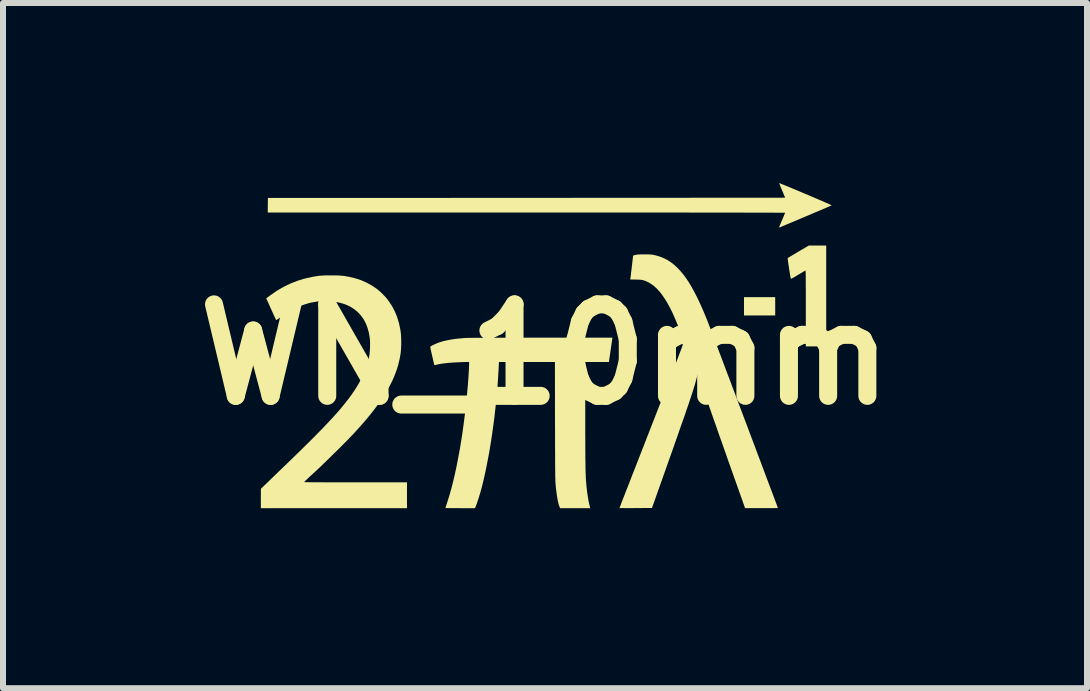
<source format=kicad_pcb>
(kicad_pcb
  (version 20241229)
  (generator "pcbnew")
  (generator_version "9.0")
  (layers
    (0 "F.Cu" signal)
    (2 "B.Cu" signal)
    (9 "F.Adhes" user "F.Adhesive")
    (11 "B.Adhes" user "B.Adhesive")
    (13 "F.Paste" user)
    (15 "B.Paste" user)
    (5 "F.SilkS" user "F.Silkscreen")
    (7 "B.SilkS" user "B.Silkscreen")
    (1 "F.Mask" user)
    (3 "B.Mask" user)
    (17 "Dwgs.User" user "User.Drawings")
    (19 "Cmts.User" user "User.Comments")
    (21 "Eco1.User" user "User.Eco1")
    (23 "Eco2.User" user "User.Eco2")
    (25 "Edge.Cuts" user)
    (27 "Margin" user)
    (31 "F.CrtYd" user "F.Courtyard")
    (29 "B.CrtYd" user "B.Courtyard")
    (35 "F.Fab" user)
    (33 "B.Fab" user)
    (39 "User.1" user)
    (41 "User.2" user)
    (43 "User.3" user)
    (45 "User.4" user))
  (footprint "WN_10mm"
    (layer "F.Cu")
    (at 6.031 2.856)
    (property "Reference" "WN_10mm" (at 0 0 0) (layer "F.SilkS") (effects (font (size 1.524 1.524) (thickness 0.3))))
    (attr board_only exclude_from_pos_files exclude_from_bom)
    (fp_poly (pts (xy 3.835 -0.65) (xy 3.315 -0.65) (xy 3.315 -0.955) (xy 3.835 -0.955)) (stroke (width 0) (type solid)) (fill yes) (layer "F.SilkS"))
    (fp_poly (pts (xy 4.685 -0.135) (xy 4.345 -0.135) (xy 4.345 -0.768) (xy 4.345 -0.864) (xy 4.345 -0.95) (xy 4.345 -1.027) (xy 4.345 -1.096) (xy 4.344 -1.156) (xy 4.344 -1.208) (xy 4.344 -1.253) (xy 4.344 -1.291) (xy 4.343 -1.323) (xy 4.343 -1.348) (xy 4.342 -1.368) (xy 4.341 -1.382) (xy 4.341 -1.392) (xy 4.34 -1.397) (xy 4.339 -1.399) (xy 4.339 -1.399) (xy 4.333 -1.396) (xy 4.32 -1.388) (xy 4.3 -1.377) (xy 4.276 -1.362) (xy 4.248 -1.345) (xy 4.216 -1.327) (xy 4.215 -1.326) (xy 4.18 -1.305) (xy 4.153 -1.289) (xy 4.132 -1.277) (xy 4.117 -1.269) (xy 4.107 -1.265) (xy 4.1 -1.263) (xy 4.097 -1.263) (xy 4.095 -1.265) (xy 4.094 -1.267) (xy 4.092 -1.277) (xy 4.088 -1.295) (xy 4.084 -1.319) (xy 4.079 -1.349) (xy 4.074 -1.381) (xy 4.068 -1.416) (xy 4.063 -1.452) (xy 4.058 -1.487) (xy 4.053 -1.52) (xy 4.049 -1.549) (xy 4.046 -1.574) (xy 4.044 -1.592) (xy 4.043 -1.603) (xy 4.043 -1.605) (xy 4.048 -1.609) (xy 4.061 -1.617) (xy 4.081 -1.629) (xy 4.106 -1.644) (xy 4.136 -1.662) (xy 4.17 -1.682) (xy 4.207 -1.704) (xy 4.221 -1.713) (xy 4.395 -1.815) (xy 4.685 -1.815)) (stroke (width 0) (type solid)) (fill yes) (layer "F.SilkS"))
    (fp_poly (pts (xy 3.906 -2.854) (xy 3.919 -2.849) (xy 3.94 -2.841) (xy 3.969 -2.829) (xy 4.004 -2.815) (xy 4.045 -2.798) (xy 4.092 -2.779) (xy 4.143 -2.757) (xy 4.199 -2.734) (xy 4.258 -2.709) (xy 4.32 -2.683) (xy 4.341 -2.674) (xy 4.404 -2.648) (xy 4.464 -2.622) (xy 4.52 -2.598) (xy 4.573 -2.575) (xy 4.621 -2.555) (xy 4.664 -2.536) (xy 4.7 -2.52) (xy 4.731 -2.507) (xy 4.754 -2.496) (xy 4.769 -2.489) (xy 4.776 -2.485) (xy 4.776 -2.485) (xy 4.771 -2.483) (xy 4.758 -2.477) (xy 4.737 -2.468) (xy 4.709 -2.455) (xy 4.675 -2.441) (xy 4.636 -2.424) (xy 4.592 -2.405) (xy 4.544 -2.385) (xy 4.494 -2.364) (xy 4.441 -2.341) (xy 4.387 -2.318) (xy 4.332 -2.295) (xy 4.277 -2.272) (xy 4.224 -2.249) (xy 4.172 -2.227) (xy 4.122 -2.206) (xy 4.076 -2.187) (xy 4.034 -2.169) (xy 3.997 -2.154) (xy 3.965 -2.14) (xy 3.94 -2.13) (xy 3.921 -2.122) (xy 3.911 -2.118) (xy 3.91 -2.118) (xy 3.902 -2.117) (xy 3.9 -2.119) (xy 3.902 -2.124) (xy 3.907 -2.138) (xy 3.915 -2.158) (xy 3.926 -2.183) (xy 3.938 -2.213) (xy 3.95 -2.24) (xy 3.964 -2.272) (xy 3.976 -2.301) (xy 3.986 -2.326) (xy 3.994 -2.345) (xy 3.999 -2.357) (xy 4 -2.361) (xy 3.995 -2.361) (xy 3.98 -2.362) (xy 3.956 -2.362) (xy 3.922 -2.362) (xy 3.88 -2.362) (xy 3.828 -2.362) (xy 3.768 -2.363) (xy 3.699 -2.363) (xy 3.623 -2.363) (xy 3.538 -2.363) (xy 3.446 -2.363) (xy 3.346 -2.363) (xy 3.238 -2.364) (xy 3.124 -2.364) (xy 3.003 -2.364) (xy 2.876 -2.364) (xy 2.742 -2.364) (xy 2.602 -2.364) (xy 2.456 -2.364) (xy 2.304 -2.365) (xy 2.147 -2.365) (xy 1.985 -2.365) (xy 1.817 -2.365) (xy 1.645 -2.365) (xy 1.469 -2.365) (xy 1.288 -2.365) (xy 1.103 -2.365) (xy 0.914 -2.365) (xy 0.722 -2.365) (xy 0.526 -2.365) (xy 0.327 -2.365) (xy 0.125 -2.365) (xy -0.079 -2.365) (xy -0.286 -2.365) (xy -4.62 -2.365) (xy -4.619 -2.487) (xy -4.617 -2.608) (xy -0.309 -2.609) (xy -0.101 -2.609) (xy 0.103 -2.609) (xy 0.306 -2.609) (xy 0.505 -2.61) (xy 0.701 -2.61) (xy 0.894 -2.61) (xy 1.083 -2.61) (xy 1.268 -2.61) (xy 1.449 -2.61) (xy 1.627 -2.61) (xy 1.799 -2.61) (xy 1.967 -2.61) (xy 2.13 -2.61) (xy 2.287 -2.61) (xy 2.44 -2.611) (xy 2.586 -2.611) (xy 2.727 -2.611) (xy 2.861 -2.611) (xy 2.99 -2.611) (xy 3.112 -2.611) (xy 3.226 -2.611) (xy 3.334 -2.611) (xy 3.435 -2.611) (xy 3.528 -2.612) (xy 3.614 -2.612) (xy 3.692 -2.612) (xy 3.761 -2.612) (xy 3.822 -2.612) (xy 3.875 -2.612) (xy 3.918 -2.612) (xy 3.953 -2.612) (xy 3.978 -2.613) (xy 3.994 -2.613) (xy 4 -2.613) (xy 4 -2.613) (xy 3.998 -2.618) (xy 3.993 -2.631) (xy 3.985 -2.65) (xy 3.974 -2.676) (xy 3.962 -2.705) (xy 3.95 -2.733) (xy 3.936 -2.766) (xy 3.924 -2.795) (xy 3.914 -2.82) (xy 3.907 -2.839) (xy 3.902 -2.851) (xy 3.901 -2.856)) (stroke (width 0) (type solid)) (fill yes) (layer "F.SilkS"))
    (fp_poly (pts (xy -3.515 -1.318) (xy -3.473 -1.317) (xy -3.438 -1.316) (xy -3.406 -1.314) (xy -3.376 -1.311) (xy -3.347 -1.308) (xy -3.316 -1.303) (xy -3.28 -1.296) (xy -3.27 -1.295) (xy -3.165 -1.27) (xy -3.066 -1.238) (xy -2.973 -1.197) (xy -2.886 -1.149) (xy -2.804 -1.094) (xy -2.73 -1.031) (xy -2.662 -0.961) (xy -2.601 -0.885) (xy -2.547 -0.802) (xy -2.501 -0.714) (xy -2.463 -0.62) (xy -2.433 -0.52) (xy -2.411 -0.415) (xy -2.402 -0.352) (xy -2.399 -0.314) (xy -2.397 -0.269) (xy -2.396 -0.22) (xy -2.396 -0.169) (xy -2.398 -0.118) (xy -2.401 -0.071) (xy -2.405 -0.03) (xy -2.407 -0.01) (xy -2.424 0.08) (xy -2.445 0.169) (xy -2.472 0.258) (xy -2.505 0.346) (xy -2.543 0.435) (xy -2.588 0.524) (xy -2.639 0.615) (xy -2.696 0.708) (xy -2.761 0.803) (xy -2.833 0.901) (xy -2.912 1.002) (xy -2.999 1.107) (xy -3.095 1.216) (xy -3.19 1.32) (xy -3.222 1.354) (xy -3.26 1.394) (xy -3.303 1.438) (xy -3.352 1.487) (xy -3.403 1.539) (xy -3.457 1.592) (xy -3.513 1.647) (xy -3.569 1.702) (xy -3.625 1.757) (xy -3.679 1.809) (xy -3.731 1.86) (xy -3.78 1.906) (xy -3.825 1.948) (xy -3.847 1.968) (xy -3.881 2) (xy -3.913 2.029) (xy -3.942 2.056) (xy -3.967 2.08) (xy -3.988 2.1) (xy -4.003 2.114) (xy -4.012 2.124) (xy -4.015 2.127) (xy -4.01 2.127) (xy -3.996 2.127) (xy -3.972 2.128) (xy -3.94 2.128) (xy -3.901 2.129) (xy -3.853 2.129) (xy -3.799 2.129) (xy -3.739 2.129) (xy -3.672 2.13) (xy -3.6 2.13) (xy -3.523 2.13) (xy -3.442 2.13) (xy -3.357 2.13) (xy -3.269 2.13) (xy -3.178 2.13) (xy -3.158 2.13) (xy -2.3 2.13) (xy -2.3 2.561) (xy -4.735 2.561) (xy -4.735 2.399) (xy -4.734 2.238) (xy -4.618 2.126) (xy -4.594 2.103) (xy -4.564 2.073) (xy -4.528 2.039) (xy -4.489 2.001) (xy -4.446 1.959) (xy -4.4 1.915) (xy -4.354 1.87) (xy -4.306 1.825) (xy -4.26 1.78) (xy -4.247 1.768) (xy -4.14 1.664) (xy -4.041 1.567) (xy -3.948 1.475) (xy -3.861 1.389) (xy -3.781 1.307) (xy -3.706 1.231) (xy -3.637 1.158) (xy -3.573 1.09) (xy -3.513 1.025) (xy -3.458 0.963) (xy -3.407 0.904) (xy -3.36 0.847) (xy -3.316 0.792) (xy -3.274 0.739) (xy -3.236 0.687) (xy -3.226 0.674) (xy -3.161 0.578) (xy -3.103 0.483) (xy -3.052 0.388) (xy -3.009 0.296) (xy -2.974 0.206) (xy -2.948 0.119) (xy -2.937 0.075) (xy -2.926 0.012) (xy -2.919 -0.056) (xy -2.915 -0.125) (xy -2.914 -0.192) (xy -2.918 -0.254) (xy -2.92 -0.273) (xy -2.935 -0.362) (xy -2.958 -0.444) (xy -2.987 -0.52) (xy -3.024 -0.589) (xy -3.069 -0.651) (xy -3.12 -0.706) (xy -3.178 -0.754) (xy -3.242 -0.795) (xy -3.314 -0.829) (xy -3.352 -0.843) (xy -3.436 -0.866) (xy -3.524 -0.881) (xy -3.616 -0.889) (xy -3.71 -0.889) (xy -3.803 -0.881) (xy -3.895 -0.865) (xy -3.925 -0.858) (xy -4.026 -0.827) (xy -4.127 -0.787) (xy -4.226 -0.738) (xy -4.323 -0.681) (xy -4.411 -0.619) (xy -4.433 -0.602) (xy -4.453 -0.589) (xy -4.468 -0.579) (xy -4.477 -0.574) (xy -4.48 -0.574) (xy -4.483 -0.579) (xy -4.49 -0.593) (xy -4.5 -0.615) (xy -4.514 -0.644) (xy -4.53 -0.68) (xy -4.549 -0.722) (xy -4.57 -0.769) (xy -4.594 -0.822) (xy -4.619 -0.878) (xy -4.633 -0.909) (xy -4.645 -0.935) (xy -4.578 -0.985) (xy -4.472 -1.059) (xy -4.361 -1.124) (xy -4.246 -1.18) (xy -4.127 -1.227) (xy -4.006 -1.264) (xy -3.881 -1.292) (xy -3.865 -1.295) (xy -3.826 -1.301) (xy -3.792 -1.307) (xy -3.762 -1.311) (xy -3.732 -1.313) (xy -3.702 -1.315) (xy -3.669 -1.317) (xy -3.63 -1.317) (xy -3.585 -1.318) (xy -3.565 -1.318)) (stroke (width 0) (type solid)) (fill yes) (layer "F.SilkS"))
    (fp_poly (pts (xy 1.097 -0.099) (xy 1.091 -0.056) (xy 1.085 -0.016) (xy 1.08 0.02) (xy 1.075 0.052) (xy 1.071 0.077) (xy 1.069 0.095) (xy 1.067 0.104) (xy 1.064 0.125) (xy 0.67 0.125) (xy 0.67 0.969) (xy 0.67 1.092) (xy 0.67 1.206) (xy 0.67 1.311) (xy 0.671 1.407) (xy 0.671 1.495) (xy 0.671 1.575) (xy 0.672 1.648) (xy 0.672 1.714) (xy 0.673 1.775) (xy 0.674 1.829) (xy 0.674 1.879) (xy 0.675 1.923) (xy 0.676 1.963) (xy 0.678 1.999) (xy 0.679 2.032) (xy 0.68 2.062) (xy 0.682 2.09) (xy 0.684 2.116) (xy 0.685 2.13) (xy 0.692 2.21) (xy 0.701 2.288) (xy 0.712 2.361) (xy 0.723 2.429) (xy 0.735 2.489) (xy 0.742 2.515) (xy 0.753 2.561) (xy 0.251 2.561) (xy 0.241 2.536) (xy 0.229 2.505) (xy 0.219 2.464) (xy 0.208 2.415) (xy 0.199 2.357) (xy 0.19 2.293) (xy 0.181 2.221) (xy 0.177 2.173) (xy 0.176 2.161) (xy 0.175 2.148) (xy 0.174 2.134) (xy 0.173 2.118) (xy 0.172 2.1) (xy 0.172 2.079) (xy 0.171 2.056) (xy 0.17 2.029) (xy 0.17 1.998) (xy 0.17 1.962) (xy 0.169 1.922) (xy 0.169 1.876) (xy 0.168 1.825) (xy 0.168 1.768) (xy 0.168 1.704) (xy 0.168 1.632) (xy 0.167 1.554) (xy 0.167 1.467) (xy 0.167 1.372) (xy 0.167 1.267) (xy 0.166 1.154) (xy 0.166 1.101) (xy 0.165 0.125) (xy -0.768 0.125) (xy -0.774 0.251) (xy -0.782 0.386) (xy -0.791 0.523) (xy -0.803 0.662) (xy -0.816 0.802) (xy -0.832 0.942) (xy -0.848 1.082) (xy -0.867 1.221) (xy -0.886 1.358) (xy -0.907 1.493) (xy -0.929 1.624) (xy -0.953 1.752) (xy -0.977 1.875) (xy -1.002 1.993) (xy -1.027 2.105) (xy -1.053 2.21) (xy -1.08 2.307) (xy -1.107 2.396) (xy -1.134 2.477) (xy -1.15 2.519) (xy -1.166 2.561) (xy -1.413 2.561) (xy -1.462 2.56) (xy -1.507 2.56) (xy -1.548 2.56) (xy -1.585 2.56) (xy -1.615 2.559) (xy -1.638 2.559) (xy -1.653 2.559) (xy -1.66 2.558) (xy -1.66 2.558) (xy -1.658 2.553) (xy -1.654 2.539) (xy -1.648 2.52) (xy -1.64 2.495) (xy -1.63 2.466) (xy -1.628 2.459) (xy -1.596 2.357) (xy -1.564 2.245) (xy -1.533 2.125) (xy -1.503 1.998) (xy -1.474 1.863) (xy -1.447 1.723) (xy -1.42 1.578) (xy -1.395 1.429) (xy -1.372 1.276) (xy -1.351 1.121) (xy -1.331 0.964) (xy -1.313 0.806) (xy -1.298 0.648) (xy -1.284 0.49) (xy -1.273 0.334) (xy -1.27 0.278) (xy -1.268 0.247) (xy -1.267 0.216) (xy -1.266 0.188) (xy -1.265 0.167) (xy -1.265 0.156) (xy -1.265 0.124) (xy -1.376 0.127) (xy -1.469 0.131) (xy -1.553 0.136) (xy -1.629 0.142) (xy -1.697 0.15) (xy -1.756 0.159) (xy -1.805 0.17) (xy -1.805 0.17) (xy -1.823 0.174) (xy -1.837 0.177) (xy -1.843 0.178) (xy -1.844 0.178) (xy -1.845 0.173) (xy -1.849 0.159) (xy -1.854 0.138) (xy -1.86 0.111) (xy -1.868 0.079) (xy -1.876 0.043) (xy -1.88 0.025) (xy -1.89 -0.018) (xy -1.898 -0.052) (xy -1.904 -0.078) (xy -1.907 -0.098) (xy -1.91 -0.112) (xy -1.911 -0.121) (xy -1.911 -0.128) (xy -1.909 -0.131) (xy -1.907 -0.134) (xy -1.906 -0.134) (xy -1.891 -0.144) (xy -1.869 -0.155) (xy -1.842 -0.168) (xy -1.812 -0.182) (xy -1.782 -0.194) (xy -1.754 -0.204) (xy -1.751 -0.205) (xy -1.691 -0.223) (xy -1.622 -0.238) (xy -1.546 -0.252) (xy -1.464 -0.263) (xy -1.377 -0.271) (xy -1.325 -0.275) (xy -1.31 -0.276) (xy -1.286 -0.276) (xy -1.252 -0.277) (xy -1.209 -0.277) (xy -1.156 -0.278) (xy -1.095 -0.278) (xy -1.026 -0.278) (xy -0.948 -0.279) (xy -0.861 -0.279) (xy -0.767 -0.279) (xy -0.666 -0.279) (xy -0.557 -0.28) (xy -0.44 -0.28) (xy -0.317 -0.28) (xy -0.187 -0.28) (xy -0.06 -0.28) (xy 1.123 -0.28)) (stroke (width 0) (type solid)) (fill yes) (layer "F.SilkS"))
    (fp_poly (pts (xy 1.725 -1.667) (xy 1.75 -1.666) (xy 1.77 -1.665) (xy 1.787 -1.663) (xy 1.804 -1.66) (xy 1.821 -1.657) (xy 1.823 -1.656) (xy 1.905 -1.634) (xy 1.98 -1.604) (xy 2.052 -1.566) (xy 2.112 -1.525) (xy 2.163 -1.484) (xy 2.212 -1.437) (xy 2.26 -1.386) (xy 2.308 -1.328) (xy 2.355 -1.264) (xy 2.401 -1.194) (xy 2.447 -1.116) (xy 2.494 -1.03) (xy 2.541 -0.937) (xy 2.589 -0.835) (xy 2.638 -0.724) (xy 2.688 -0.604) (xy 2.707 -0.557) (xy 2.712 -0.544) (xy 2.72 -0.523) (xy 2.731 -0.494) (xy 2.745 -0.457) (xy 2.762 -0.412) (xy 2.782 -0.361) (xy 2.803 -0.303) (xy 2.828 -0.239) (xy 2.854 -0.17) (xy 2.882 -0.095) (xy 2.912 -0.016) (xy 2.944 0.068) (xy 2.977 0.156) (xy 3.011 0.247) (xy 3.047 0.342) (xy 3.084 0.439) (xy 3.121 0.539) (xy 3.16 0.64) (xy 3.198 0.743) (xy 3.237 0.847) (xy 3.277 0.952) (xy 3.316 1.056) (xy 3.356 1.161) (xy 3.395 1.265) (xy 3.433 1.367) (xy 3.472 1.469) (xy 3.509 1.568) (xy 3.545 1.665) (xy 3.581 1.759) (xy 3.615 1.85) (xy 3.648 1.938) (xy 3.679 2.022) (xy 3.709 2.101) (xy 3.737 2.175) (xy 3.763 2.244) (xy 3.787 2.307) (xy 3.808 2.364) (xy 3.827 2.415) (xy 3.843 2.459) (xy 3.857 2.495) (xy 3.867 2.523) (xy 3.875 2.544) (xy 3.879 2.556) (xy 3.88 2.558) (xy 3.875 2.559) (xy 3.861 2.559) (xy 3.839 2.559) (xy 3.81 2.56) (xy 3.774 2.56) (xy 3.733 2.56) (xy 3.687 2.56) (xy 3.637 2.56) (xy 3.606 2.56) (xy 3.333 2.56) (xy 3.038 1.729) (xy 3.007 1.639) (xy 2.976 1.552) (xy 2.946 1.466) (xy 2.916 1.383) (xy 2.888 1.304) (xy 2.862 1.228) (xy 2.837 1.156) (xy 2.813 1.09) (xy 2.792 1.029) (xy 2.773 0.974) (xy 2.756 0.925) (xy 2.741 0.884) (xy 2.73 0.85) (xy 2.721 0.824) (xy 2.715 0.808) (xy 2.714 0.805) (xy 2.699 0.758) (xy 2.683 0.707) (xy 2.667 0.655) (xy 2.651 0.604) (xy 2.636 0.554) (xy 2.622 0.508) (xy 2.61 0.467) (xy 2.601 0.432) (xy 2.595 0.413) (xy 2.587 0.38) (xy 2.58 0.357) (xy 2.575 0.34) (xy 2.571 0.329) (xy 2.568 0.323) (xy 2.564 0.321) (xy 2.56 0.321) (xy 2.556 0.321) (xy 2.551 0.322) (xy 2.547 0.325) (xy 2.543 0.332) (xy 2.539 0.344) (xy 2.534 0.362) (xy 2.527 0.389) (xy 2.527 0.39) (xy 2.52 0.416) (xy 2.513 0.442) (xy 2.505 0.47) (xy 2.497 0.5) (xy 2.487 0.533) (xy 2.476 0.568) (xy 2.464 0.606) (xy 2.451 0.648) (xy 2.436 0.694) (xy 2.419 0.744) (xy 2.401 0.798) (xy 2.381 0.858) (xy 2.358 0.923) (xy 2.334 0.995) (xy 2.307 1.072) (xy 2.277 1.156) (xy 2.245 1.247) (xy 2.211 1.346) (xy 2.173 1.453) (xy 2.133 1.568) (xy 2.089 1.691) (xy 2.049 1.805) (xy 1.782 2.558) (xy 1.511 2.559) (xy 1.46 2.56) (xy 1.412 2.56) (xy 1.368 2.56) (xy 1.329 2.56) (xy 1.296 2.559) (xy 1.27 2.559) (xy 1.252 2.559) (xy 1.242 2.559) (xy 1.24 2.558) (xy 1.242 2.554) (xy 1.247 2.54) (xy 1.256 2.518) (xy 1.268 2.487) (xy 1.282 2.449) (xy 1.3 2.403) (xy 1.321 2.35) (xy 1.344 2.29) (xy 1.37 2.225) (xy 1.398 2.153) (xy 1.428 2.075) (xy 1.46 1.992) (xy 1.495 1.905) (xy 1.531 1.812) (xy 1.568 1.716) (xy 1.607 1.616) (xy 1.648 1.513) (xy 1.689 1.406) (xy 1.732 1.297) (xy 1.757 1.232) (xy 1.8 1.121) (xy 1.843 1.012) (xy 1.884 0.906) (xy 1.925 0.802) (xy 1.964 0.702) (xy 2.001 0.606) (xy 2.037 0.514) (xy 2.071 0.426) (xy 2.103 0.343) (xy 2.133 0.265) (xy 2.161 0.193) (xy 2.187 0.127) (xy 2.21 0.068) (xy 2.23 0.015) (xy 2.247 -0.031) (xy 2.262 -0.069) (xy 2.273 -0.099) (xy 2.281 -0.121) (xy 2.286 -0.134) (xy 2.287 -0.137) (xy 2.295 -0.169) (xy 2.299 -0.197) (xy 2.298 -0.224) (xy 2.293 -0.255) (xy 2.29 -0.268) (xy 2.285 -0.286) (xy 2.277 -0.312) (xy 2.265 -0.344) (xy 2.252 -0.381) (xy 2.237 -0.421) (xy 2.221 -0.463) (xy 2.204 -0.506) (xy 2.187 -0.548) (xy 2.171 -0.587) (xy 2.167 -0.596) (xy 2.12 -0.702) (xy 2.071 -0.799) (xy 2.022 -0.886) (xy 1.972 -0.963) (xy 1.922 -1.031) (xy 1.87 -1.09) (xy 1.817 -1.139) (xy 1.763 -1.178) (xy 1.717 -1.205) (xy 1.686 -1.219) (xy 1.66 -1.23) (xy 1.634 -1.238) (xy 1.608 -1.243) (xy 1.579 -1.246) (xy 1.543 -1.247) (xy 1.511 -1.248) (xy 1.42 -1.248) (xy 1.423 -1.27) (xy 1.424 -1.28) (xy 1.427 -1.299) (xy 1.43 -1.325) (xy 1.433 -1.357) (xy 1.438 -1.394) (xy 1.443 -1.435) (xy 1.447 -1.47) (xy 1.468 -1.648) (xy 1.502 -1.657) (xy 1.516 -1.661) (xy 1.529 -1.663) (xy 1.546 -1.665) (xy 1.566 -1.666) (xy 1.592 -1.667) (xy 1.625 -1.667) (xy 1.655 -1.667) (xy 1.694 -1.667)) (stroke (width 0) (type solid)) (fill yes) (layer "F.SilkS")))
  (gr_rect
    (start -3 -3)
    (end 15.061 8.416)
    (stroke (width 0.1) (type default))
    (fill no)
    (layer "Edge.Cuts")))
</source>
